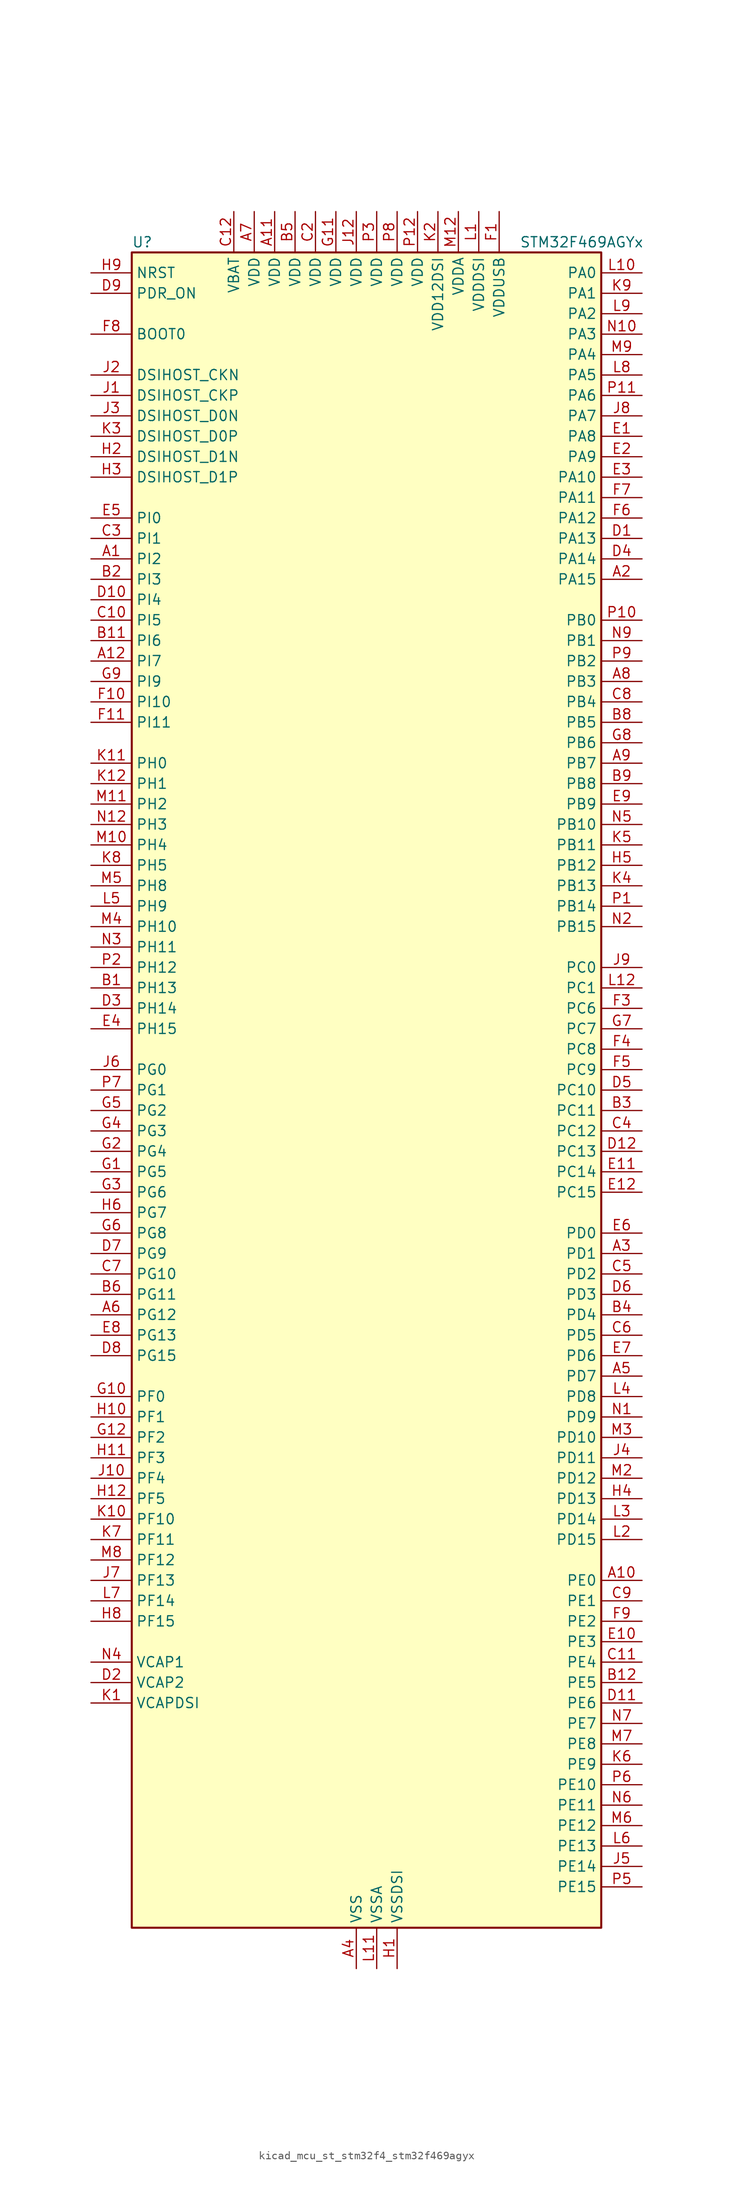
<source format=kicad_sym>
(kicad_symbol_lib
  (version 20220914)
  (generator kicad_symbol_editor)
  (symbol "kicad_mcu_st_stm32f4_stm32f469agyx"
    (property "Reference" "U"
      (at -27.94 105.41 0)
      (effects (font (size 1.27 1.27)) (justify left)))
    (property "Value" "STM32F469AGYx"
      (at 20.32 105.41 0)
      (effects (font (size 1.27 1.27)) (justify left)))
    (property "ki_locked" ""
      (at 0 0 0)
      (effects (font (size 1.27 1.27))))
    (symbol "kicad_mcu_st_stm32f4_stm32f469agyx_0_1"
      (rectangle (start -27.94 -104.14) (end 30.48 104.14) (stroke (width 0.254) (type default)) (fill (type background))))
    (symbol "kicad_mcu_st_stm32f4_stm32f469agyx_1_1"
      (pin bidirectional line (at -33.02 66.04 0) (length 5.08) (name "PI2" (effects (font (size 1.27 1.27)))) (number "A1" (effects (font (size 1.27 1.27)))) (alternate "DCMI_D9" bidirectional line) (alternate "FMC_D26" bidirectional line) (alternate "I2S2_ext_SD" bidirectional line) (alternate "LTDC_G7" bidirectional line) (alternate "SPI2_MISO" bidirectional line) (alternate "TIM8_CH4" bidirectional line))
      (pin bidirectional line (at 35.56 -60.96 180) (length 5.08) (name "PE0" (effects (font (size 1.27 1.27)))) (number "A10" (effects (font (size 1.27 1.27)))) (alternate "DCMI_D2" bidirectional line) (alternate "FMC_NBL0" bidirectional line) (alternate "TIM4_ETR" bidirectional line) (alternate "UART8_RX" bidirectional line))
      (pin power_in line (at -10.16 109.22 270) (length 5.08) (name "VDD" (effects (font (size 1.27 1.27)))) (number "A11" (effects (font (size 1.27 1.27)))))
      (pin bidirectional line (at -33.02 53.34 0) (length 5.08) (name "PI7" (effects (font (size 1.27 1.27)))) (number "A12" (effects (font (size 1.27 1.27)))) (alternate "DCMI_D7" bidirectional line) (alternate "FMC_D29" bidirectional line) (alternate "LTDC_B7" bidirectional line) (alternate "TIM8_CH3" bidirectional line))
      (pin bidirectional line (at 35.56 63.5 180) (length 5.08) (name "PA15" (effects (font (size 1.27 1.27)))) (number "A2" (effects (font (size 1.27 1.27)))) (alternate "ADC1_EXTI15" bidirectional line) (alternate "ADC2_EXTI15" bidirectional line) (alternate "ADC3_EXTI15" bidirectional line) (alternate "I2S3_WS" bidirectional line) (alternate "SPI1_NSS" bidirectional line) (alternate "SPI3_NSS" bidirectional line) (alternate "SYS_JTDI" bidirectional line) (alternate "TIM2_CH1" bidirectional line) (alternate "TIM2_ETR" bidirectional line))
      (pin bidirectional line (at 35.56 -20.32 180) (length 5.08) (name "PD1" (effects (font (size 1.27 1.27)))) (number "A3" (effects (font (size 1.27 1.27)))) (alternate "CAN1_TX" bidirectional line) (alternate "FMC_D3" bidirectional line) (alternate "FMC_DA3" bidirectional line))
      (pin power_in line (at 0 -109.22 90) (length 5.08) (name "VSS" (effects (font (size 1.27 1.27)))) (number "A4" (effects (font (size 1.27 1.27)))))
      (pin bidirectional line (at 35.56 -35.56 180) (length 5.08) (name "PD7" (effects (font (size 1.27 1.27)))) (number "A5" (effects (font (size 1.27 1.27)))) (alternate "FMC_NE1" bidirectional line) (alternate "USART2_CK" bidirectional line))
      (pin bidirectional line (at -33.02 -27.94 0) (length 5.08) (name "PG12" (effects (font (size 1.27 1.27)))) (number "A6" (effects (font (size 1.27 1.27)))) (alternate "FMC_NE4" bidirectional line) (alternate "LTDC_B1" bidirectional line) (alternate "LTDC_B4" bidirectional line) (alternate "SPI6_MISO" bidirectional line) (alternate "USART6_RTS" bidirectional line))
      (pin power_in line (at -12.7 109.22 270) (length 5.08) (name "VDD" (effects (font (size 1.27 1.27)))) (number "A7" (effects (font (size 1.27 1.27)))))
      (pin bidirectional line (at 35.56 50.8 180) (length 5.08) (name "PB3" (effects (font (size 1.27 1.27)))) (number "A8" (effects (font (size 1.27 1.27)))) (alternate "I2S3_CK" bidirectional line) (alternate "SPI1_SCK" bidirectional line) (alternate "SPI3_SCK" bidirectional line) (alternate "SYS_JTDO-SWO" bidirectional line) (alternate "TIM2_CH2" bidirectional line))
      (pin bidirectional line (at 35.56 40.64 180) (length 5.08) (name "PB7" (effects (font (size 1.27 1.27)))) (number "A9" (effects (font (size 1.27 1.27)))) (alternate "DCMI_VSYNC" bidirectional line) (alternate "FMC_NL" bidirectional line) (alternate "I2C1_SDA" bidirectional line) (alternate "TIM4_CH2" bidirectional line) (alternate "USART1_RX" bidirectional line))
      (pin bidirectional line (at -33.02 12.7 0) (length 5.08) (name "PH13" (effects (font (size 1.27 1.27)))) (number "B1" (effects (font (size 1.27 1.27)))) (alternate "CAN1_TX" bidirectional line) (alternate "FMC_D21" bidirectional line) (alternate "LTDC_G2" bidirectional line) (alternate "TIM8_CH1N" bidirectional line))
      (pin passive line (at 0 -109.22 90) (length 5.08) hide (name "VSS" (effects (font (size 1.27 1.27)))) (number "B10" (effects (font (size 1.27 1.27)))))
      (pin bidirectional line (at -33.02 55.88 0) (length 5.08) (name "PI6" (effects (font (size 1.27 1.27)))) (number "B11" (effects (font (size 1.27 1.27)))) (alternate "DCMI_D6" bidirectional line) (alternate "FMC_D28" bidirectional line) (alternate "LTDC_B6" bidirectional line) (alternate "TIM8_CH2" bidirectional line))
      (pin bidirectional line (at 35.56 -73.66 180) (length 5.08) (name "PE5" (effects (font (size 1.27 1.27)))) (number "B12" (effects (font (size 1.27 1.27)))) (alternate "DCMI_D6" bidirectional line) (alternate "FMC_A21" bidirectional line) (alternate "LTDC_G0" bidirectional line) (alternate "SAI1_SCK_A" bidirectional line) (alternate "SPI4_MISO" bidirectional line) (alternate "SYS_TRACED2" bidirectional line) (alternate "TIM9_CH1" bidirectional line))
      (pin bidirectional line (at -33.02 63.5 0) (length 5.08) (name "PI3" (effects (font (size 1.27 1.27)))) (number "B2" (effects (font (size 1.27 1.27)))) (alternate "DCMI_D10" bidirectional line) (alternate "FMC_D27" bidirectional line) (alternate "I2S2_SD" bidirectional line) (alternate "SPI2_MOSI" bidirectional line) (alternate "TIM8_ETR" bidirectional line))
      (pin bidirectional line (at 35.56 -2.54 180) (length 5.08) (name "PC11" (effects (font (size 1.27 1.27)))) (number "B3" (effects (font (size 1.27 1.27)))) (alternate "ADC1_EXTI11" bidirectional line) (alternate "ADC2_EXTI11" bidirectional line) (alternate "ADC3_EXTI11" bidirectional line) (alternate "DCMI_D4" bidirectional line) (alternate "I2S3_ext_SD" bidirectional line) (alternate "QUADSPI_BK2_NCS" bidirectional line) (alternate "SDIO_D3" bidirectional line) (alternate "SPI3_MISO" bidirectional line) (alternate "UART4_RX" bidirectional line) (alternate "USART3_RX" bidirectional line))
      (pin bidirectional line (at 35.56 -27.94 180) (length 5.08) (name "PD4" (effects (font (size 1.27 1.27)))) (number "B4" (effects (font (size 1.27 1.27)))) (alternate "FMC_NOE" bidirectional line) (alternate "USART2_RTS" bidirectional line))
      (pin power_in line (at -7.62 109.22 270) (length 5.08) (name "VDD" (effects (font (size 1.27 1.27)))) (number "B5" (effects (font (size 1.27 1.27)))))
      (pin bidirectional line (at -33.02 -25.4 0) (length 5.08) (name "PG11" (effects (font (size 1.27 1.27)))) (number "B6" (effects (font (size 1.27 1.27)))) (alternate "ADC1_EXTI11" bidirectional line) (alternate "ADC2_EXTI11" bidirectional line) (alternate "ADC3_EXTI11" bidirectional line) (alternate "DCMI_D3" bidirectional line) (alternate "LTDC_B3" bidirectional line))
      (pin passive line (at 0 -109.22 90) (length 5.08) hide (name "VSS" (effects (font (size 1.27 1.27)))) (number "B7" (effects (font (size 1.27 1.27)))))
      (pin bidirectional line (at 35.56 45.72 180) (length 5.08) (name "PB5" (effects (font (size 1.27 1.27)))) (number "B8" (effects (font (size 1.27 1.27)))) (alternate "CAN2_RX" bidirectional line) (alternate "DCMI_D10" bidirectional line) (alternate "FMC_SDCKE1" bidirectional line) (alternate "I2C1_SMBA" bidirectional line) (alternate "I2S3_SD" bidirectional line) (alternate "LTDC_G7" bidirectional line) (alternate "SPI1_MOSI" bidirectional line) (alternate "SPI3_MOSI" bidirectional line) (alternate "TIM3_CH2" bidirectional line) (alternate "USB_OTG_HS_ULPI_D7" bidirectional line))
      (pin bidirectional line (at 35.56 38.1 180) (length 5.08) (name "PB8" (effects (font (size 1.27 1.27)))) (number "B9" (effects (font (size 1.27 1.27)))) (alternate "CAN1_RX" bidirectional line) (alternate "DCMI_D6" bidirectional line) (alternate "I2C1_SCL" bidirectional line) (alternate "LTDC_B6" bidirectional line) (alternate "SDIO_D4" bidirectional line) (alternate "TIM10_CH1" bidirectional line) (alternate "TIM4_CH3" bidirectional line))
      (pin passive line (at 0 -109.22 90) (length 5.08) hide (name "VSS" (effects (font (size 1.27 1.27)))) (number "C1" (effects (font (size 1.27 1.27)))))
      (pin bidirectional line (at -33.02 58.42 0) (length 5.08) (name "PI5" (effects (font (size 1.27 1.27)))) (number "C10" (effects (font (size 1.27 1.27)))) (alternate "DCMI_VSYNC" bidirectional line) (alternate "FMC_NBL3" bidirectional line) (alternate "LTDC_B5" bidirectional line) (alternate "TIM8_CH1" bidirectional line))
      (pin bidirectional line (at 35.56 -71.12 180) (length 5.08) (name "PE4" (effects (font (size 1.27 1.27)))) (number "C11" (effects (font (size 1.27 1.27)))) (alternate "DCMI_D4" bidirectional line) (alternate "FMC_A20" bidirectional line) (alternate "LTDC_B0" bidirectional line) (alternate "SAI1_FS_A" bidirectional line) (alternate "SPI4_NSS" bidirectional line) (alternate "SYS_TRACED1" bidirectional line))
      (pin power_in line (at -15.24 109.22 270) (length 5.08) (name "VBAT" (effects (font (size 1.27 1.27)))) (number "C12" (effects (font (size 1.27 1.27)))))
      (pin power_in line (at -5.08 109.22 270) (length 5.08) (name "VDD" (effects (font (size 1.27 1.27)))) (number "C2" (effects (font (size 1.27 1.27)))))
      (pin bidirectional line (at -33.02 68.58 0) (length 5.08) (name "PI1" (effects (font (size 1.27 1.27)))) (number "C3" (effects (font (size 1.27 1.27)))) (alternate "DCMI_D8" bidirectional line) (alternate "FMC_D25" bidirectional line) (alternate "I2S2_CK" bidirectional line) (alternate "LTDC_G6" bidirectional line) (alternate "SPI2_SCK" bidirectional line))
      (pin bidirectional line (at 35.56 -5.08 180) (length 5.08) (name "PC12" (effects (font (size 1.27 1.27)))) (number "C4" (effects (font (size 1.27 1.27)))) (alternate "DCMI_D9" bidirectional line) (alternate "I2S3_SD" bidirectional line) (alternate "SDIO_CK" bidirectional line) (alternate "SPI3_MOSI" bidirectional line) (alternate "SYS_TRACED3" bidirectional line) (alternate "UART5_TX" bidirectional line) (alternate "USART3_CK" bidirectional line))
      (pin bidirectional line (at 35.56 -22.86 180) (length 5.08) (name "PD2" (effects (font (size 1.27 1.27)))) (number "C5" (effects (font (size 1.27 1.27)))) (alternate "DCMI_D11" bidirectional line) (alternate "SDIO_CMD" bidirectional line) (alternate "SYS_TRACED2" bidirectional line) (alternate "TIM3_ETR" bidirectional line) (alternate "UART5_RX" bidirectional line))
      (pin bidirectional line (at 35.56 -30.48 180) (length 5.08) (name "PD5" (effects (font (size 1.27 1.27)))) (number "C6" (effects (font (size 1.27 1.27)))) (alternate "FMC_NWE" bidirectional line) (alternate "USART2_TX" bidirectional line))
      (pin bidirectional line (at -33.02 -22.86 0) (length 5.08) (name "PG10" (effects (font (size 1.27 1.27)))) (number "C7" (effects (font (size 1.27 1.27)))) (alternate "DCMI_D2" bidirectional line) (alternate "FMC_NE3" bidirectional line) (alternate "LTDC_B2" bidirectional line) (alternate "LTDC_G3" bidirectional line))
      (pin bidirectional line (at 35.56 48.26 180) (length 5.08) (name "PB4" (effects (font (size 1.27 1.27)))) (number "C8" (effects (font (size 1.27 1.27)))) (alternate "I2S3_ext_SD" bidirectional line) (alternate "SPI1_MISO" bidirectional line) (alternate "SPI3_MISO" bidirectional line) (alternate "SYS_JTRST" bidirectional line) (alternate "TIM3_CH1" bidirectional line))
      (pin bidirectional line (at 35.56 -63.5 180) (length 5.08) (name "PE1" (effects (font (size 1.27 1.27)))) (number "C9" (effects (font (size 1.27 1.27)))) (alternate "DCMI_D3" bidirectional line) (alternate "FMC_NBL1" bidirectional line) (alternate "UART8_TX" bidirectional line))
      (pin bidirectional line (at 35.56 68.58 180) (length 5.08) (name "PA13" (effects (font (size 1.27 1.27)))) (number "D1" (effects (font (size 1.27 1.27)))) (alternate "SYS_JTMS-SWDIO" bidirectional line))
      (pin bidirectional line (at -33.02 60.96 0) (length 5.08) (name "PI4" (effects (font (size 1.27 1.27)))) (number "D10" (effects (font (size 1.27 1.27)))) (alternate "DCMI_D5" bidirectional line) (alternate "FMC_NBL2" bidirectional line) (alternate "LTDC_B4" bidirectional line) (alternate "TIM8_BKIN" bidirectional line))
      (pin bidirectional line (at 35.56 -76.2 180) (length 5.08) (name "PE6" (effects (font (size 1.27 1.27)))) (number "D11" (effects (font (size 1.27 1.27)))) (alternate "DCMI_D7" bidirectional line) (alternate "FMC_A22" bidirectional line) (alternate "LTDC_G1" bidirectional line) (alternate "SAI1_SD_A" bidirectional line) (alternate "SPI4_MOSI" bidirectional line) (alternate "SYS_TRACED3" bidirectional line) (alternate "TIM9_CH2" bidirectional line))
      (pin bidirectional line (at 35.56 -7.62 180) (length 5.08) (name "PC13" (effects (font (size 1.27 1.27)))) (number "D12" (effects (font (size 1.27 1.27)))) (alternate "RTC_AF1" bidirectional line))
      (pin power_out line (at -33.02 -73.66 0) (length 5.08) (name "VCAP2" (effects (font (size 1.27 1.27)))) (number "D2" (effects (font (size 1.27 1.27)))))
      (pin bidirectional line (at -33.02 10.16 0) (length 5.08) (name "PH14" (effects (font (size 1.27 1.27)))) (number "D3" (effects (font (size 1.27 1.27)))) (alternate "DCMI_D4" bidirectional line) (alternate "FMC_D22" bidirectional line) (alternate "LTDC_G3" bidirectional line) (alternate "TIM8_CH2N" bidirectional line))
      (pin bidirectional line (at 35.56 66.04 180) (length 5.08) (name "PA14" (effects (font (size 1.27 1.27)))) (number "D4" (effects (font (size 1.27 1.27)))) (alternate "SYS_JTCK-SWCLK" bidirectional line))
      (pin bidirectional line (at 35.56 0 180) (length 5.08) (name "PC10" (effects (font (size 1.27 1.27)))) (number "D5" (effects (font (size 1.27 1.27)))) (alternate "DCMI_D8" bidirectional line) (alternate "I2S3_CK" bidirectional line) (alternate "LTDC_R2" bidirectional line) (alternate "QUADSPI_BK1_IO1" bidirectional line) (alternate "SDIO_D2" bidirectional line) (alternate "SPI3_SCK" bidirectional line) (alternate "UART4_TX" bidirectional line) (alternate "USART3_TX" bidirectional line))
      (pin bidirectional line (at 35.56 -25.4 180) (length 5.08) (name "PD3" (effects (font (size 1.27 1.27)))) (number "D6" (effects (font (size 1.27 1.27)))) (alternate "DCMI_D5" bidirectional line) (alternate "FMC_CLK" bidirectional line) (alternate "I2S2_CK" bidirectional line) (alternate "LTDC_G7" bidirectional line) (alternate "SPI2_SCK" bidirectional line) (alternate "USART2_CTS" bidirectional line))
      (pin bidirectional line (at -33.02 -20.32 0) (length 5.08) (name "PG9" (effects (font (size 1.27 1.27)))) (number "D7" (effects (font (size 1.27 1.27)))) (alternate "DAC_EXTI9" bidirectional line) (alternate "DCMI_VSYNC" bidirectional line) (alternate "FMC_NCE" bidirectional line) (alternate "FMC_NE2" bidirectional line) (alternate "QUADSPI_BK2_IO2" bidirectional line) (alternate "USART6_RX" bidirectional line))
      (pin bidirectional line (at -33.02 -33.02 0) (length 5.08) (name "PG15" (effects (font (size 1.27 1.27)))) (number "D8" (effects (font (size 1.27 1.27)))) (alternate "ADC1_EXTI15" bidirectional line) (alternate "ADC2_EXTI15" bidirectional line) (alternate "ADC3_EXTI15" bidirectional line) (alternate "DCMI_D13" bidirectional line) (alternate "FMC_SDNCAS" bidirectional line) (alternate "USART6_CTS" bidirectional line))
      (pin input line (at -33.02 99.06 0) (length 5.08) (name "PDR_ON" (effects (font (size 1.27 1.27)))) (number "D9" (effects (font (size 1.27 1.27)))))
      (pin bidirectional line (at 35.56 81.28 180) (length 5.08) (name "PA8" (effects (font (size 1.27 1.27)))) (number "E1" (effects (font (size 1.27 1.27)))) (alternate "I2C3_SCL" bidirectional line) (alternate "LTDC_R6" bidirectional line) (alternate "RCC_MCO_1" bidirectional line) (alternate "TIM1_CH1" bidirectional line) (alternate "USART1_CK" bidirectional line) (alternate "USB_OTG_FS_SOF" bidirectional line))
      (pin bidirectional line (at 35.56 -68.58 180) (length 5.08) (name "PE3" (effects (font (size 1.27 1.27)))) (number "E10" (effects (font (size 1.27 1.27)))) (alternate "FMC_A19" bidirectional line) (alternate "SAI1_SD_B" bidirectional line) (alternate "SYS_TRACED0" bidirectional line))
      (pin bidirectional line (at 35.56 -10.16 180) (length 5.08) (name "PC14" (effects (font (size 1.27 1.27)))) (number "E11" (effects (font (size 1.27 1.27)))) (alternate "RCC_OSC32_IN" bidirectional line))
      (pin bidirectional line (at 35.56 -12.7 180) (length 5.08) (name "PC15" (effects (font (size 1.27 1.27)))) (number "E12" (effects (font (size 1.27 1.27)))) (alternate "ADC1_EXTI15" bidirectional line) (alternate "ADC2_EXTI15" bidirectional line) (alternate "ADC3_EXTI15" bidirectional line) (alternate "RCC_OSC32_OUT" bidirectional line))
      (pin bidirectional line (at 35.56 78.74 180) (length 5.08) (name "PA9" (effects (font (size 1.27 1.27)))) (number "E2" (effects (font (size 1.27 1.27)))) (alternate "DAC_EXTI9" bidirectional line) (alternate "DCMI_D0" bidirectional line) (alternate "I2C3_SMBA" bidirectional line) (alternate "I2S2_CK" bidirectional line) (alternate "SPI2_SCK" bidirectional line) (alternate "TIM1_CH2" bidirectional line) (alternate "USART1_TX" bidirectional line) (alternate "USB_OTG_FS_VBUS" bidirectional line))
      (pin bidirectional line (at 35.56 76.2 180) (length 5.08) (name "PA10" (effects (font (size 1.27 1.27)))) (number "E3" (effects (font (size 1.27 1.27)))) (alternate "DCMI_D1" bidirectional line) (alternate "TIM1_CH3" bidirectional line) (alternate "USART1_RX" bidirectional line) (alternate "USB_OTG_FS_ID" bidirectional line))
      (pin bidirectional line (at -33.02 7.62 0) (length 5.08) (name "PH15" (effects (font (size 1.27 1.27)))) (number "E4" (effects (font (size 1.27 1.27)))) (alternate "ADC1_EXTI15" bidirectional line) (alternate "ADC2_EXTI15" bidirectional line) (alternate "ADC3_EXTI15" bidirectional line) (alternate "DCMI_D11" bidirectional line) (alternate "FMC_D23" bidirectional line) (alternate "LTDC_G4" bidirectional line) (alternate "TIM8_CH3N" bidirectional line))
      (pin bidirectional line (at -33.02 71.12 0) (length 5.08) (name "PI0" (effects (font (size 1.27 1.27)))) (number "E5" (effects (font (size 1.27 1.27)))) (alternate "DCMI_D13" bidirectional line) (alternate "FMC_D24" bidirectional line) (alternate "I2S2_WS" bidirectional line) (alternate "LTDC_G5" bidirectional line) (alternate "SPI2_NSS" bidirectional line) (alternate "TIM5_CH4" bidirectional line))
      (pin bidirectional line (at 35.56 -17.78 180) (length 5.08) (name "PD0" (effects (font (size 1.27 1.27)))) (number "E6" (effects (font (size 1.27 1.27)))) (alternate "CAN1_RX" bidirectional line) (alternate "FMC_D2" bidirectional line) (alternate "FMC_DA2" bidirectional line))
      (pin bidirectional line (at 35.56 -33.02 180) (length 5.08) (name "PD6" (effects (font (size 1.27 1.27)))) (number "E7" (effects (font (size 1.27 1.27)))) (alternate "DCMI_D10" bidirectional line) (alternate "FMC_NWAIT" bidirectional line) (alternate "I2S3_SD" bidirectional line) (alternate "LTDC_B2" bidirectional line) (alternate "SAI1_SD_A" bidirectional line) (alternate "SPI3_MOSI" bidirectional line) (alternate "USART2_RX" bidirectional line))
      (pin bidirectional line (at -33.02 -30.48 0) (length 5.08) (name "PG13" (effects (font (size 1.27 1.27)))) (number "E8" (effects (font (size 1.27 1.27)))) (alternate "FMC_A24" bidirectional line) (alternate "LTDC_R0" bidirectional line) (alternate "SPI6_SCK" bidirectional line) (alternate "SYS_TRACED0" bidirectional line) (alternate "USART6_CTS" bidirectional line))
      (pin bidirectional line (at 35.56 35.56 180) (length 5.08) (name "PB9" (effects (font (size 1.27 1.27)))) (number "E9" (effects (font (size 1.27 1.27)))) (alternate "CAN1_TX" bidirectional line) (alternate "DAC_EXTI9" bidirectional line) (alternate "DCMI_D7" bidirectional line) (alternate "I2C1_SDA" bidirectional line) (alternate "I2S2_WS" bidirectional line) (alternate "LTDC_B7" bidirectional line) (alternate "SDIO_D5" bidirectional line) (alternate "SPI2_NSS" bidirectional line) (alternate "TIM11_CH1" bidirectional line) (alternate "TIM4_CH4" bidirectional line))
      (pin power_in line (at 17.78 109.22 270) (length 5.08) (name "VDDUSB" (effects (font (size 1.27 1.27)))) (number "F1" (effects (font (size 1.27 1.27)))))
      (pin bidirectional line (at -33.02 48.26 0) (length 5.08) (name "PI10" (effects (font (size 1.27 1.27)))) (number "F10" (effects (font (size 1.27 1.27)))) (alternate "FMC_D31" bidirectional line) (alternate "LTDC_HSYNC" bidirectional line))
      (pin bidirectional line (at -33.02 45.72 0) (length 5.08) (name "PI11" (effects (font (size 1.27 1.27)))) (number "F11" (effects (font (size 1.27 1.27)))) (alternate "ADC1_EXTI11" bidirectional line) (alternate "ADC2_EXTI11" bidirectional line) (alternate "ADC3_EXTI11" bidirectional line) (alternate "LTDC_G6" bidirectional line) (alternate "USB_OTG_HS_ULPI_DIR" bidirectional line))
      (pin passive line (at 0 -109.22 90) (length 5.08) hide (name "VSS" (effects (font (size 1.27 1.27)))) (number "F12" (effects (font (size 1.27 1.27)))))
      (pin passive line (at 0 -109.22 90) (length 5.08) hide (name "VSS" (effects (font (size 1.27 1.27)))) (number "F2" (effects (font (size 1.27 1.27)))))
      (pin bidirectional line (at 35.56 10.16 180) (length 5.08) (name "PC6" (effects (font (size 1.27 1.27)))) (number "F3" (effects (font (size 1.27 1.27)))) (alternate "DCMI_D0" bidirectional line) (alternate "I2S2_MCK" bidirectional line) (alternate "LTDC_HSYNC" bidirectional line) (alternate "SDIO_D6" bidirectional line) (alternate "TIM3_CH1" bidirectional line) (alternate "TIM8_CH1" bidirectional line) (alternate "USART6_TX" bidirectional line))
      (pin bidirectional line (at 35.56 5.08 180) (length 5.08) (name "PC8" (effects (font (size 1.27 1.27)))) (number "F4" (effects (font (size 1.27 1.27)))) (alternate "DCMI_D2" bidirectional line) (alternate "SDIO_D0" bidirectional line) (alternate "SYS_TRACED1" bidirectional line) (alternate "TIM3_CH3" bidirectional line) (alternate "TIM8_CH3" bidirectional line) (alternate "USART6_CK" bidirectional line))
      (pin bidirectional line (at 35.56 2.54 180) (length 5.08) (name "PC9" (effects (font (size 1.27 1.27)))) (number "F5" (effects (font (size 1.27 1.27)))) (alternate "DAC_EXTI9" bidirectional line) (alternate "DCMI_D3" bidirectional line) (alternate "I2C3_SDA" bidirectional line) (alternate "I2S_CKIN" bidirectional line) (alternate "QUADSPI_BK1_IO0" bidirectional line) (alternate "RCC_MCO_2" bidirectional line) (alternate "SDIO_D1" bidirectional line) (alternate "TIM3_CH4" bidirectional line) (alternate "TIM8_CH4" bidirectional line))
      (pin bidirectional line (at 35.56 71.12 180) (length 5.08) (name "PA12" (effects (font (size 1.27 1.27)))) (number "F6" (effects (font (size 1.27 1.27)))) (alternate "CAN1_TX" bidirectional line) (alternate "LTDC_R5" bidirectional line) (alternate "TIM1_ETR" bidirectional line) (alternate "USART1_RTS" bidirectional line) (alternate "USB_OTG_FS_DP" bidirectional line))
      (pin bidirectional line (at 35.56 73.66 180) (length 5.08) (name "PA11" (effects (font (size 1.27 1.27)))) (number "F7" (effects (font (size 1.27 1.27)))) (alternate "ADC1_EXTI11" bidirectional line) (alternate "ADC2_EXTI11" bidirectional line) (alternate "ADC3_EXTI11" bidirectional line) (alternate "CAN1_RX" bidirectional line) (alternate "LTDC_R4" bidirectional line) (alternate "TIM1_CH4" bidirectional line) (alternate "USART1_CTS" bidirectional line) (alternate "USB_OTG_FS_DM" bidirectional line))
      (pin input line (at -33.02 93.98 0) (length 5.08) (name "BOOT0" (effects (font (size 1.27 1.27)))) (number "F8" (effects (font (size 1.27 1.27)))))
      (pin bidirectional line (at 35.56 -66.04 180) (length 5.08) (name "PE2" (effects (font (size 1.27 1.27)))) (number "F9" (effects (font (size 1.27 1.27)))) (alternate "FMC_A23" bidirectional line) (alternate "QUADSPI_BK1_IO2" bidirectional line) (alternate "SAI1_MCLK_A" bidirectional line) (alternate "SPI4_SCK" bidirectional line) (alternate "SYS_TRACECLK" bidirectional line))
      (pin bidirectional line (at -33.02 -10.16 0) (length 5.08) (name "PG5" (effects (font (size 1.27 1.27)))) (number "G1" (effects (font (size 1.27 1.27)))) (alternate "FMC_A15" bidirectional line) (alternate "FMC_BA1" bidirectional line))
      (pin bidirectional line (at -33.02 -38.1 0) (length 5.08) (name "PF0" (effects (font (size 1.27 1.27)))) (number "G10" (effects (font (size 1.27 1.27)))) (alternate "FMC_A0" bidirectional line) (alternate "I2C2_SDA" bidirectional line))
      (pin power_in line (at -2.54 109.22 270) (length 5.08) (name "VDD" (effects (font (size 1.27 1.27)))) (number "G11" (effects (font (size 1.27 1.27)))))
      (pin bidirectional line (at -33.02 -43.18 0) (length 5.08) (name "PF2" (effects (font (size 1.27 1.27)))) (number "G12" (effects (font (size 1.27 1.27)))) (alternate "FMC_A2" bidirectional line) (alternate "I2C2_SMBA" bidirectional line))
      (pin bidirectional line (at -33.02 -7.62 0) (length 5.08) (name "PG4" (effects (font (size 1.27 1.27)))) (number "G2" (effects (font (size 1.27 1.27)))) (alternate "FMC_A14" bidirectional line) (alternate "FMC_BA0" bidirectional line))
      (pin bidirectional line (at -33.02 -12.7 0) (length 5.08) (name "PG6" (effects (font (size 1.27 1.27)))) (number "G3" (effects (font (size 1.27 1.27)))) (alternate "DCMI_D12" bidirectional line) (alternate "LTDC_R7" bidirectional line))
      (pin bidirectional line (at -33.02 -5.08 0) (length 5.08) (name "PG3" (effects (font (size 1.27 1.27)))) (number "G4" (effects (font (size 1.27 1.27)))) (alternate "FMC_A13" bidirectional line))
      (pin bidirectional line (at -33.02 -2.54 0) (length 5.08) (name "PG2" (effects (font (size 1.27 1.27)))) (number "G5" (effects (font (size 1.27 1.27)))) (alternate "FMC_A12" bidirectional line))
      (pin bidirectional line (at -33.02 -17.78 0) (length 5.08) (name "PG8" (effects (font (size 1.27 1.27)))) (number "G6" (effects (font (size 1.27 1.27)))) (alternate "FMC_SDCLK" bidirectional line) (alternate "LTDC_G7" bidirectional line) (alternate "SPI6_NSS" bidirectional line) (alternate "USART6_RTS" bidirectional line))
      (pin bidirectional line (at 35.56 7.62 180) (length 5.08) (name "PC7" (effects (font (size 1.27 1.27)))) (number "G7" (effects (font (size 1.27 1.27)))) (alternate "DCMI_D1" bidirectional line) (alternate "I2S3_MCK" bidirectional line) (alternate "LTDC_G6" bidirectional line) (alternate "SDIO_D7" bidirectional line) (alternate "TIM3_CH2" bidirectional line) (alternate "TIM8_CH2" bidirectional line) (alternate "USART6_RX" bidirectional line))
      (pin bidirectional line (at 35.56 43.18 180) (length 5.08) (name "PB6" (effects (font (size 1.27 1.27)))) (number "G8" (effects (font (size 1.27 1.27)))) (alternate "CAN2_TX" bidirectional line) (alternate "DCMI_D5" bidirectional line) (alternate "FMC_SDNE1" bidirectional line) (alternate "I2C1_SCL" bidirectional line) (alternate "QUADSPI_BK1_NCS" bidirectional line) (alternate "TIM4_CH1" bidirectional line) (alternate "USART1_TX" bidirectional line))
      (pin bidirectional line (at -33.02 50.8 0) (length 5.08) (name "PI9" (effects (font (size 1.27 1.27)))) (number "G9" (effects (font (size 1.27 1.27)))) (alternate "CAN1_RX" bidirectional line) (alternate "DAC_EXTI9" bidirectional line) (alternate "FMC_D30" bidirectional line) (alternate "LTDC_VSYNC" bidirectional line))
      (pin power_in line (at 5.08 -109.22 90) (length 5.08) (name "VSSDSI" (effects (font (size 1.27 1.27)))) (number "H1" (effects (font (size 1.27 1.27)))))
      (pin bidirectional line (at -33.02 -40.64 0) (length 5.08) (name "PF1" (effects (font (size 1.27 1.27)))) (number "H10" (effects (font (size 1.27 1.27)))) (alternate "FMC_A1" bidirectional line) (alternate "I2C2_SCL" bidirectional line))
      (pin bidirectional line (at -33.02 -45.72 0) (length 5.08) (name "PF3" (effects (font (size 1.27 1.27)))) (number "H11" (effects (font (size 1.27 1.27)))) (alternate "ADC3_IN9" bidirectional line) (alternate "FMC_A3" bidirectional line))
      (pin bidirectional line (at -33.02 -50.8 0) (length 5.08) (name "PF5" (effects (font (size 1.27 1.27)))) (number "H12" (effects (font (size 1.27 1.27)))) (alternate "ADC3_IN15" bidirectional line) (alternate "FMC_A5" bidirectional line))
      (pin bidirectional line (at -33.02 78.74 0) (length 5.08) (name "DSIHOST_D1N" (effects (font (size 1.27 1.27)))) (number "H2" (effects (font (size 1.27 1.27)))) (alternate "DSIHOST_D1N" bidirectional line))
      (pin bidirectional line (at -33.02 76.2 0) (length 5.08) (name "DSIHOST_D1P" (effects (font (size 1.27 1.27)))) (number "H3" (effects (font (size 1.27 1.27)))) (alternate "DSIHOST_D1P" bidirectional line))
      (pin bidirectional line (at 35.56 -50.8 180) (length 5.08) (name "PD13" (effects (font (size 1.27 1.27)))) (number "H4" (effects (font (size 1.27 1.27)))) (alternate "FMC_A18" bidirectional line) (alternate "QUADSPI_BK1_IO3" bidirectional line) (alternate "TIM4_CH2" bidirectional line))
      (pin bidirectional line (at 35.56 27.94 180) (length 5.08) (name "PB12" (effects (font (size 1.27 1.27)))) (number "H5" (effects (font (size 1.27 1.27)))) (alternate "CAN2_RX" bidirectional line) (alternate "I2C2_SMBA" bidirectional line) (alternate "I2S2_WS" bidirectional line) (alternate "SPI2_NSS" bidirectional line) (alternate "TIM1_BKIN" bidirectional line) (alternate "USART3_CK" bidirectional line) (alternate "USB_OTG_HS_ID" bidirectional line) (alternate "USB_OTG_HS_ULPI_D5" bidirectional line))
      (pin bidirectional line (at -33.02 -15.24 0) (length 5.08) (name "PG7" (effects (font (size 1.27 1.27)))) (number "H6" (effects (font (size 1.27 1.27)))) (alternate "DCMI_D13" bidirectional line) (alternate "FMC_INT" bidirectional line) (alternate "LTDC_CLK" bidirectional line) (alternate "SAI1_MCLK_A" bidirectional line) (alternate "USART6_CK" bidirectional line))
      (pin passive line (at 0 -109.22 90) (length 5.08) hide (name "VSS" (effects (font (size 1.27 1.27)))) (number "H7" (effects (font (size 1.27 1.27)))))
      (pin bidirectional line (at -33.02 -66.04 0) (length 5.08) (name "PF15" (effects (font (size 1.27 1.27)))) (number "H8" (effects (font (size 1.27 1.27)))) (alternate "ADC1_EXTI15" bidirectional line) (alternate "ADC2_EXTI15" bidirectional line) (alternate "ADC3_EXTI15" bidirectional line) (alternate "FMC_A9" bidirectional line))
      (pin input line (at -33.02 101.6 0) (length 5.08) (name "NRST" (effects (font (size 1.27 1.27)))) (number "H9" (effects (font (size 1.27 1.27)))))
      (pin bidirectional line (at -33.02 86.36 0) (length 5.08) (name "DSIHOST_CKP" (effects (font (size 1.27 1.27)))) (number "J1" (effects (font (size 1.27 1.27)))) (alternate "DSIHOST_CKP" bidirectional line))
      (pin bidirectional line (at -33.02 -48.26 0) (length 5.08) (name "PF4" (effects (font (size 1.27 1.27)))) (number "J10" (effects (font (size 1.27 1.27)))) (alternate "ADC3_IN14" bidirectional line) (alternate "FMC_A4" bidirectional line))
      (pin passive line (at 0 -109.22 90) (length 5.08) hide (name "VSS" (effects (font (size 1.27 1.27)))) (number "J11" (effects (font (size 1.27 1.27)))))
      (pin power_in line (at 0 109.22 270) (length 5.08) (name "VDD" (effects (font (size 1.27 1.27)))) (number "J12" (effects (font (size 1.27 1.27)))))
      (pin bidirectional line (at -33.02 88.9 0) (length 5.08) (name "DSIHOST_CKN" (effects (font (size 1.27 1.27)))) (number "J2" (effects (font (size 1.27 1.27)))) (alternate "DSIHOST_CKN" bidirectional line))
      (pin bidirectional line (at -33.02 83.82 0) (length 5.08) (name "DSIHOST_D0N" (effects (font (size 1.27 1.27)))) (number "J3" (effects (font (size 1.27 1.27)))) (alternate "DSIHOST_D0N" bidirectional line))
      (pin bidirectional line (at 35.56 -45.72 180) (length 5.08) (name "PD11" (effects (font (size 1.27 1.27)))) (number "J4" (effects (font (size 1.27 1.27)))) (alternate "ADC1_EXTI11" bidirectional line) (alternate "ADC2_EXTI11" bidirectional line) (alternate "ADC3_EXTI11" bidirectional line) (alternate "FMC_A16" bidirectional line) (alternate "FMC_CLE" bidirectional line) (alternate "QUADSPI_BK1_IO0" bidirectional line) (alternate "USART3_CTS" bidirectional line))
      (pin bidirectional line (at 35.56 -96.52 180) (length 5.08) (name "PE14" (effects (font (size 1.27 1.27)))) (number "J5" (effects (font (size 1.27 1.27)))) (alternate "FMC_D11" bidirectional line) (alternate "FMC_DA11" bidirectional line) (alternate "LTDC_CLK" bidirectional line) (alternate "SPI4_MOSI" bidirectional line) (alternate "TIM1_CH4" bidirectional line))
      (pin bidirectional line (at -33.02 2.54 0) (length 5.08) (name "PG0" (effects (font (size 1.27 1.27)))) (number "J6" (effects (font (size 1.27 1.27)))) (alternate "FMC_A10" bidirectional line))
      (pin bidirectional line (at -33.02 -60.96 0) (length 5.08) (name "PF13" (effects (font (size 1.27 1.27)))) (number "J7" (effects (font (size 1.27 1.27)))) (alternate "FMC_A7" bidirectional line))
      (pin bidirectional line (at 35.56 83.82 180) (length 5.08) (name "PA7" (effects (font (size 1.27 1.27)))) (number "J8" (effects (font (size 1.27 1.27)))) (alternate "ADC1_IN7" bidirectional line) (alternate "ADC2_IN7" bidirectional line) (alternate "FMC_SDNWE" bidirectional line) (alternate "QUADSPI_CLK" bidirectional line) (alternate "SPI1_MOSI" bidirectional line) (alternate "TIM14_CH1" bidirectional line) (alternate "TIM1_CH1N" bidirectional line) (alternate "TIM3_CH2" bidirectional line) (alternate "TIM8_CH1N" bidirectional line))
      (pin bidirectional line (at 35.56 15.24 180) (length 5.08) (name "PC0" (effects (font (size 1.27 1.27)))) (number "J9" (effects (font (size 1.27 1.27)))) (alternate "ADC1_IN10" bidirectional line) (alternate "ADC2_IN10" bidirectional line) (alternate "ADC3_IN10" bidirectional line) (alternate "FMC_SDNWE" bidirectional line) (alternate "LTDC_R5" bidirectional line) (alternate "USB_OTG_HS_ULPI_STP" bidirectional line))
      (pin power_out line (at -33.02 -76.2 0) (length 5.08) (name "VCAPDSI" (effects (font (size 1.27 1.27)))) (number "K1" (effects (font (size 1.27 1.27)))))
      (pin bidirectional line (at -33.02 -53.34 0) (length 5.08) (name "PF10" (effects (font (size 1.27 1.27)))) (number "K10" (effects (font (size 1.27 1.27)))) (alternate "ADC3_IN8" bidirectional line) (alternate "DCMI_D11" bidirectional line) (alternate "LTDC_DE" bidirectional line) (alternate "QUADSPI_CLK" bidirectional line))
      (pin bidirectional line (at -33.02 40.64 0) (length 5.08) (name "PH0" (effects (font (size 1.27 1.27)))) (number "K11" (effects (font (size 1.27 1.27)))) (alternate "RCC_OSC_IN" bidirectional line))
      (pin bidirectional line (at -33.02 38.1 0) (length 5.08) (name "PH1" (effects (font (size 1.27 1.27)))) (number "K12" (effects (font (size 1.27 1.27)))) (alternate "RCC_OSC_OUT" bidirectional line))
      (pin power_in line (at 10.16 109.22 270) (length 5.08) (name "VDD12DSI" (effects (font (size 1.27 1.27)))) (number "K2" (effects (font (size 1.27 1.27)))))
      (pin bidirectional line (at -33.02 81.28 0) (length 5.08) (name "DSIHOST_D0P" (effects (font (size 1.27 1.27)))) (number "K3" (effects (font (size 1.27 1.27)))) (alternate "DSIHOST_D0P" bidirectional line))
      (pin bidirectional line (at 35.56 25.4 180) (length 5.08) (name "PB13" (effects (font (size 1.27 1.27)))) (number "K4" (effects (font (size 1.27 1.27)))) (alternate "CAN2_TX" bidirectional line) (alternate "I2S2_CK" bidirectional line) (alternate "SPI2_SCK" bidirectional line) (alternate "TIM1_CH1N" bidirectional line) (alternate "USART3_CTS" bidirectional line) (alternate "USB_OTG_HS_ULPI_D6" bidirectional line) (alternate "USB_OTG_HS_VBUS" bidirectional line))
      (pin bidirectional line (at 35.56 30.48 180) (length 5.08) (name "PB11" (effects (font (size 1.27 1.27)))) (number "K5" (effects (font (size 1.27 1.27)))) (alternate "ADC1_EXTI11" bidirectional line) (alternate "ADC2_EXTI11" bidirectional line) (alternate "ADC3_EXTI11" bidirectional line) (alternate "DSIHOST_TE" bidirectional line) (alternate "I2C2_SDA" bidirectional line) (alternate "LTDC_G5" bidirectional line) (alternate "TIM2_CH4" bidirectional line) (alternate "USART3_RX" bidirectional line) (alternate "USB_OTG_HS_ULPI_D4" bidirectional line))
      (pin bidirectional line (at 35.56 -83.82 180) (length 5.08) (name "PE9" (effects (font (size 1.27 1.27)))) (number "K6" (effects (font (size 1.27 1.27)))) (alternate "DAC_EXTI9" bidirectional line) (alternate "FMC_D6" bidirectional line) (alternate "FMC_DA6" bidirectional line) (alternate "QUADSPI_BK2_IO2" bidirectional line) (alternate "TIM1_CH1" bidirectional line))
      (pin bidirectional line (at -33.02 -55.88 0) (length 5.08) (name "PF11" (effects (font (size 1.27 1.27)))) (number "K7" (effects (font (size 1.27 1.27)))) (alternate "ADC1_EXTI11" bidirectional line) (alternate "ADC2_EXTI11" bidirectional line) (alternate "ADC3_EXTI11" bidirectional line) (alternate "DCMI_D12" bidirectional line) (alternate "FMC_SDNRAS" bidirectional line))
      (pin bidirectional line (at -33.02 27.94 0) (length 5.08) (name "PH5" (effects (font (size 1.27 1.27)))) (number "K8" (effects (font (size 1.27 1.27)))) (alternate "FMC_SDNWE" bidirectional line) (alternate "I2C2_SDA" bidirectional line))
      (pin bidirectional line (at 35.56 99.06 180) (length 5.08) (name "PA1" (effects (font (size 1.27 1.27)))) (number "K9" (effects (font (size 1.27 1.27)))) (alternate "ADC1_IN1" bidirectional line) (alternate "ADC2_IN1" bidirectional line) (alternate "ADC3_IN1" bidirectional line) (alternate "LTDC_R2" bidirectional line) (alternate "QUADSPI_BK1_IO3" bidirectional line) (alternate "TIM2_CH2" bidirectional line) (alternate "TIM5_CH2" bidirectional line) (alternate "UART4_RX" bidirectional line) (alternate "USART2_RTS" bidirectional line))
      (pin power_in line (at 15.24 109.22 270) (length 5.08) (name "VDDDSI" (effects (font (size 1.27 1.27)))) (number "L1" (effects (font (size 1.27 1.27)))))
      (pin bidirectional line (at 35.56 101.6 180) (length 5.08) (name "PA0" (effects (font (size 1.27 1.27)))) (number "L10" (effects (font (size 1.27 1.27)))) (alternate "ADC1_IN0" bidirectional line) (alternate "ADC2_IN0" bidirectional line) (alternate "ADC3_IN0" bidirectional line) (alternate "SYS_WKUP" bidirectional line) (alternate "TIM2_CH1" bidirectional line) (alternate "TIM2_ETR" bidirectional line) (alternate "TIM5_CH1" bidirectional line) (alternate "TIM8_ETR" bidirectional line) (alternate "UART4_TX" bidirectional line) (alternate "USART2_CTS" bidirectional line))
      (pin power_in line (at 2.54 -109.22 90) (length 5.08) (name "VSSA" (effects (font (size 1.27 1.27)))) (number "L11" (effects (font (size 1.27 1.27)))))
      (pin bidirectional line (at 35.56 12.7 180) (length 5.08) (name "PC1" (effects (font (size 1.27 1.27)))) (number "L12" (effects (font (size 1.27 1.27)))) (alternate "ADC1_IN11" bidirectional line) (alternate "ADC2_IN11" bidirectional line) (alternate "ADC3_IN11" bidirectional line) (alternate "I2S2_SD" bidirectional line) (alternate "SAI1_SD_A" bidirectional line) (alternate "SPI2_MOSI" bidirectional line) (alternate "SYS_TRACED0" bidirectional line))
      (pin bidirectional line (at 35.56 -55.88 180) (length 5.08) (name "PD15" (effects (font (size 1.27 1.27)))) (number "L2" (effects (font (size 1.27 1.27)))) (alternate "ADC1_EXTI15" bidirectional line) (alternate "ADC2_EXTI15" bidirectional line) (alternate "ADC3_EXTI15" bidirectional line) (alternate "FMC_D1" bidirectional line) (alternate "FMC_DA1" bidirectional line) (alternate "TIM4_CH4" bidirectional line))
      (pin bidirectional line (at 35.56 -53.34 180) (length 5.08) (name "PD14" (effects (font (size 1.27 1.27)))) (number "L3" (effects (font (size 1.27 1.27)))) (alternate "FMC_D0" bidirectional line) (alternate "FMC_DA0" bidirectional line) (alternate "TIM4_CH3" bidirectional line))
      (pin bidirectional line (at 35.56 -38.1 180) (length 5.08) (name "PD8" (effects (font (size 1.27 1.27)))) (number "L4" (effects (font (size 1.27 1.27)))) (alternate "FMC_D13" bidirectional line) (alternate "FMC_DA13" bidirectional line) (alternate "USART3_TX" bidirectional line))
      (pin bidirectional line (at -33.02 22.86 0) (length 5.08) (name "PH9" (effects (font (size 1.27 1.27)))) (number "L5" (effects (font (size 1.27 1.27)))) (alternate "DAC_EXTI9" bidirectional line) (alternate "DCMI_D0" bidirectional line) (alternate "FMC_D17" bidirectional line) (alternate "I2C3_SMBA" bidirectional line) (alternate "LTDC_R3" bidirectional line) (alternate "TIM12_CH2" bidirectional line))
      (pin bidirectional line (at 35.56 -93.98 180) (length 5.08) (name "PE13" (effects (font (size 1.27 1.27)))) (number "L6" (effects (font (size 1.27 1.27)))) (alternate "FMC_D10" bidirectional line) (alternate "FMC_DA10" bidirectional line) (alternate "LTDC_DE" bidirectional line) (alternate "SPI4_MISO" bidirectional line) (alternate "TIM1_CH3" bidirectional line))
      (pin bidirectional line (at -33.02 -63.5 0) (length 5.08) (name "PF14" (effects (font (size 1.27 1.27)))) (number "L7" (effects (font (size 1.27 1.27)))) (alternate "FMC_A8" bidirectional line))
      (pin bidirectional line (at 35.56 88.9 180) (length 5.08) (name "PA5" (effects (font (size 1.27 1.27)))) (number "L8" (effects (font (size 1.27 1.27)))) (alternate "ADC1_IN5" bidirectional line) (alternate "ADC2_IN5" bidirectional line) (alternate "DAC_OUT2" bidirectional line) (alternate "LTDC_R4" bidirectional line) (alternate "SPI1_SCK" bidirectional line) (alternate "TIM2_CH1" bidirectional line) (alternate "TIM2_ETR" bidirectional line) (alternate "TIM8_CH1N" bidirectional line) (alternate "USB_OTG_HS_ULPI_CK" bidirectional line))
      (pin bidirectional line (at 35.56 96.52 180) (length 5.08) (name "PA2" (effects (font (size 1.27 1.27)))) (number "L9" (effects (font (size 1.27 1.27)))) (alternate "ADC1_IN2" bidirectional line) (alternate "ADC2_IN2" bidirectional line) (alternate "ADC3_IN2" bidirectional line) (alternate "LTDC_R1" bidirectional line) (alternate "TIM2_CH3" bidirectional line) (alternate "TIM5_CH3" bidirectional line) (alternate "TIM9_CH1" bidirectional line) (alternate "USART2_TX" bidirectional line))
      (pin passive line (at 0 -109.22 90) (length 5.08) hide (name "VSS" (effects (font (size 1.27 1.27)))) (number "M1" (effects (font (size 1.27 1.27)))))
      (pin bidirectional line (at -33.02 30.48 0) (length 5.08) (name "PH4" (effects (font (size 1.27 1.27)))) (number "M10" (effects (font (size 1.27 1.27)))) (alternate "I2C2_SCL" bidirectional line) (alternate "LTDC_G4" bidirectional line) (alternate "LTDC_G5" bidirectional line) (alternate "USB_OTG_HS_ULPI_NXT" bidirectional line))
      (pin bidirectional line (at -33.02 35.56 0) (length 5.08) (name "PH2" (effects (font (size 1.27 1.27)))) (number "M11" (effects (font (size 1.27 1.27)))) (alternate "FMC_SDCKE0" bidirectional line) (alternate "LTDC_R0" bidirectional line) (alternate "QUADSPI_BK2_IO0" bidirectional line))
      (pin power_in line (at 12.7 109.22 270) (length 5.08) (name "VDDA" (effects (font (size 1.27 1.27)))) (number "M12" (effects (font (size 1.27 1.27)))))
      (pin bidirectional line (at 35.56 -48.26 180) (length 5.08) (name "PD12" (effects (font (size 1.27 1.27)))) (number "M2" (effects (font (size 1.27 1.27)))) (alternate "FMC_A17" bidirectional line) (alternate "FMC_ALE" bidirectional line) (alternate "QUADSPI_BK1_IO1" bidirectional line) (alternate "TIM4_CH1" bidirectional line) (alternate "USART3_RTS" bidirectional line))
      (pin bidirectional line (at 35.56 -43.18 180) (length 5.08) (name "PD10" (effects (font (size 1.27 1.27)))) (number "M3" (effects (font (size 1.27 1.27)))) (alternate "FMC_D15" bidirectional line) (alternate "FMC_DA15" bidirectional line) (alternate "LTDC_B3" bidirectional line) (alternate "USART3_CK" bidirectional line))
      (pin bidirectional line (at -33.02 20.32 0) (length 5.08) (name "PH10" (effects (font (size 1.27 1.27)))) (number "M4" (effects (font (size 1.27 1.27)))) (alternate "DCMI_D1" bidirectional line) (alternate "FMC_D18" bidirectional line) (alternate "LTDC_R4" bidirectional line) (alternate "TIM5_CH1" bidirectional line))
      (pin bidirectional line (at -33.02 25.4 0) (length 5.08) (name "PH8" (effects (font (size 1.27 1.27)))) (number "M5" (effects (font (size 1.27 1.27)))) (alternate "DCMI_HSYNC" bidirectional line) (alternate "FMC_D16" bidirectional line) (alternate "I2C3_SDA" bidirectional line) (alternate "LTDC_R2" bidirectional line))
      (pin bidirectional line (at 35.56 -91.44 180) (length 5.08) (name "PE12" (effects (font (size 1.27 1.27)))) (number "M6" (effects (font (size 1.27 1.27)))) (alternate "FMC_D9" bidirectional line) (alternate "FMC_DA9" bidirectional line) (alternate "LTDC_B4" bidirectional line) (alternate "SPI4_SCK" bidirectional line) (alternate "TIM1_CH3N" bidirectional line))
      (pin bidirectional line (at 35.56 -81.28 180) (length 5.08) (name "PE8" (effects (font (size 1.27 1.27)))) (number "M7" (effects (font (size 1.27 1.27)))) (alternate "FMC_D5" bidirectional line) (alternate "FMC_DA5" bidirectional line) (alternate "QUADSPI_BK2_IO1" bidirectional line) (alternate "TIM1_CH1N" bidirectional line) (alternate "UART7_TX" bidirectional line))
      (pin bidirectional line (at -33.02 -58.42 0) (length 5.08) (name "PF12" (effects (font (size 1.27 1.27)))) (number "M8" (effects (font (size 1.27 1.27)))) (alternate "FMC_A6" bidirectional line))
      (pin bidirectional line (at 35.56 91.44 180) (length 5.08) (name "PA4" (effects (font (size 1.27 1.27)))) (number "M9" (effects (font (size 1.27 1.27)))) (alternate "ADC1_IN4" bidirectional line) (alternate "ADC2_IN4" bidirectional line) (alternate "DAC_OUT1" bidirectional line) (alternate "DCMI_HSYNC" bidirectional line) (alternate "I2S3_WS" bidirectional line) (alternate "LTDC_VSYNC" bidirectional line) (alternate "SPI1_NSS" bidirectional line) (alternate "SPI3_NSS" bidirectional line) (alternate "USART2_CK" bidirectional line) (alternate "USB_OTG_HS_SOF" bidirectional line))
      (pin bidirectional line (at 35.56 -40.64 180) (length 5.08) (name "PD9" (effects (font (size 1.27 1.27)))) (number "N1" (effects (font (size 1.27 1.27)))) (alternate "DAC_EXTI9" bidirectional line) (alternate "FMC_D14" bidirectional line) (alternate "FMC_DA14" bidirectional line) (alternate "USART3_RX" bidirectional line))
      (pin bidirectional line (at 35.56 93.98 180) (length 5.08) (name "PA3" (effects (font (size 1.27 1.27)))) (number "N10" (effects (font (size 1.27 1.27)))) (alternate "ADC1_IN3" bidirectional line) (alternate "ADC2_IN3" bidirectional line) (alternate "ADC3_IN3" bidirectional line) (alternate "LTDC_B2" bidirectional line) (alternate "LTDC_B5" bidirectional line) (alternate "TIM2_CH4" bidirectional line) (alternate "TIM5_CH4" bidirectional line) (alternate "TIM9_CH2" bidirectional line) (alternate "USART2_RX" bidirectional line) (alternate "USB_OTG_HS_ULPI_D0" bidirectional line))
      (pin passive line (at 0 -109.22 90) (length 5.08) hide (name "VSS" (effects (font (size 1.27 1.27)))) (number "N11" (effects (font (size 1.27 1.27)))))
      (pin bidirectional line (at -33.02 33.02 0) (length 5.08) (name "PH3" (effects (font (size 1.27 1.27)))) (number "N12" (effects (font (size 1.27 1.27)))) (alternate "FMC_SDNE0" bidirectional line) (alternate "LTDC_R1" bidirectional line) (alternate "QUADSPI_BK2_IO1" bidirectional line))
      (pin bidirectional line (at 35.56 20.32 180) (length 5.08) (name "PB15" (effects (font (size 1.27 1.27)))) (number "N2" (effects (font (size 1.27 1.27)))) (alternate "ADC1_EXTI15" bidirectional line) (alternate "ADC2_EXTI15" bidirectional line) (alternate "ADC3_EXTI15" bidirectional line) (alternate "I2S2_SD" bidirectional line) (alternate "RTC_REFIN" bidirectional line) (alternate "SPI2_MOSI" bidirectional line) (alternate "TIM12_CH2" bidirectional line) (alternate "TIM1_CH3N" bidirectional line) (alternate "TIM8_CH3N" bidirectional line) (alternate "USB_OTG_HS_DP" bidirectional line))
      (pin bidirectional line (at -33.02 17.78 0) (length 5.08) (name "PH11" (effects (font (size 1.27 1.27)))) (number "N3" (effects (font (size 1.27 1.27)))) (alternate "ADC1_EXTI11" bidirectional line) (alternate "ADC2_EXTI11" bidirectional line) (alternate "ADC3_EXTI11" bidirectional line) (alternate "DCMI_D2" bidirectional line) (alternate "FMC_D19" bidirectional line) (alternate "LTDC_R5" bidirectional line) (alternate "TIM5_CH2" bidirectional line))
      (pin power_out line (at -33.02 -71.12 0) (length 5.08) (name "VCAP1" (effects (font (size 1.27 1.27)))) (number "N4" (effects (font (size 1.27 1.27)))))
      (pin bidirectional line (at 35.56 33.02 180) (length 5.08) (name "PB10" (effects (font (size 1.27 1.27)))) (number "N5" (effects (font (size 1.27 1.27)))) (alternate "I2C2_SCL" bidirectional line) (alternate "I2S2_CK" bidirectional line) (alternate "LTDC_G4" bidirectional line) (alternate "QUADSPI_BK1_NCS" bidirectional line) (alternate "SPI2_SCK" bidirectional line) (alternate "TIM2_CH3" bidirectional line) (alternate "USART3_TX" bidirectional line) (alternate "USB_OTG_HS_ULPI_D3" bidirectional line))
      (pin bidirectional line (at 35.56 -88.9 180) (length 5.08) (name "PE11" (effects (font (size 1.27 1.27)))) (number "N6" (effects (font (size 1.27 1.27)))) (alternate "ADC1_EXTI11" bidirectional line) (alternate "ADC2_EXTI11" bidirectional line) (alternate "ADC3_EXTI11" bidirectional line) (alternate "FMC_D8" bidirectional line) (alternate "FMC_DA8" bidirectional line) (alternate "LTDC_G3" bidirectional line) (alternate "SPI4_NSS" bidirectional line) (alternate "TIM1_CH2" bidirectional line))
      (pin bidirectional line (at 35.56 -78.74 180) (length 5.08) (name "PE7" (effects (font (size 1.27 1.27)))) (number "N7" (effects (font (size 1.27 1.27)))) (alternate "FMC_D4" bidirectional line) (alternate "FMC_DA4" bidirectional line) (alternate "QUADSPI_BK2_IO0" bidirectional line) (alternate "TIM1_ETR" bidirectional line) (alternate "UART7_RX" bidirectional line))
      (pin passive line (at 0 -109.22 90) (length 5.08) hide (name "VSS" (effects (font (size 1.27 1.27)))) (number "N8" (effects (font (size 1.27 1.27)))))
      (pin bidirectional line (at 35.56 55.88 180) (length 5.08) (name "PB1" (effects (font (size 1.27 1.27)))) (number "N9" (effects (font (size 1.27 1.27)))) (alternate "ADC1_IN9" bidirectional line) (alternate "ADC2_IN9" bidirectional line) (alternate "LTDC_G0" bidirectional line) (alternate "LTDC_R6" bidirectional line) (alternate "TIM1_CH3N" bidirectional line) (alternate "TIM3_CH4" bidirectional line) (alternate "TIM8_CH3N" bidirectional line) (alternate "USB_OTG_HS_ULPI_D2" bidirectional line))
      (pin bidirectional line (at 35.56 22.86 180) (length 5.08) (name "PB14" (effects (font (size 1.27 1.27)))) (number "P1" (effects (font (size 1.27 1.27)))) (alternate "I2S2_ext_SD" bidirectional line) (alternate "SPI2_MISO" bidirectional line) (alternate "TIM12_CH1" bidirectional line) (alternate "TIM1_CH2N" bidirectional line) (alternate "TIM8_CH2N" bidirectional line) (alternate "USART3_RTS" bidirectional line) (alternate "USB_OTG_HS_DM" bidirectional line))
      (pin bidirectional line (at 35.56 58.42 180) (length 5.08) (name "PB0" (effects (font (size 1.27 1.27)))) (number "P10" (effects (font (size 1.27 1.27)))) (alternate "ADC1_IN8" bidirectional line) (alternate "ADC2_IN8" bidirectional line) (alternate "LTDC_G1" bidirectional line) (alternate "LTDC_R3" bidirectional line) (alternate "TIM1_CH2N" bidirectional line) (alternate "TIM3_CH3" bidirectional line) (alternate "TIM8_CH2N" bidirectional line) (alternate "USB_OTG_HS_ULPI_D1" bidirectional line))
      (pin bidirectional line (at 35.56 86.36 180) (length 5.08) (name "PA6" (effects (font (size 1.27 1.27)))) (number "P11" (effects (font (size 1.27 1.27)))) (alternate "ADC1_IN6" bidirectional line) (alternate "ADC2_IN6" bidirectional line) (alternate "DCMI_PIXCLK" bidirectional line) (alternate "LTDC_G2" bidirectional line) (alternate "SPI1_MISO" bidirectional line) (alternate "TIM13_CH1" bidirectional line) (alternate "TIM1_BKIN" bidirectional line) (alternate "TIM3_CH1" bidirectional line) (alternate "TIM8_BKIN" bidirectional line))
      (pin power_in line (at 7.62 109.22 270) (length 5.08) (name "VDD" (effects (font (size 1.27 1.27)))) (number "P12" (effects (font (size 1.27 1.27)))))
      (pin bidirectional line (at -33.02 15.24 0) (length 5.08) (name "PH12" (effects (font (size 1.27 1.27)))) (number "P2" (effects (font (size 1.27 1.27)))) (alternate "DCMI_D3" bidirectional line) (alternate "FMC_D20" bidirectional line) (alternate "LTDC_R6" bidirectional line) (alternate "TIM5_CH3" bidirectional line))
      (pin power_in line (at 2.54 109.22 270) (length 5.08) (name "VDD" (effects (font (size 1.27 1.27)))) (number "P3" (effects (font (size 1.27 1.27)))))
      (pin passive line (at 0 -109.22 90) (length 5.08) hide (name "VSS" (effects (font (size 1.27 1.27)))) (number "P4" (effects (font (size 1.27 1.27)))))
      (pin bidirectional line (at 35.56 -99.06 180) (length 5.08) (name "PE15" (effects (font (size 1.27 1.27)))) (number "P5" (effects (font (size 1.27 1.27)))) (alternate "ADC1_EXTI15" bidirectional line) (alternate "ADC2_EXTI15" bidirectional line) (alternate "ADC3_EXTI15" bidirectional line) (alternate "FMC_D12" bidirectional line) (alternate "FMC_DA12" bidirectional line) (alternate "LTDC_R7" bidirectional line) (alternate "TIM1_BKIN" bidirectional line))
      (pin bidirectional line (at 35.56 -86.36 180) (length 5.08) (name "PE10" (effects (font (size 1.27 1.27)))) (number "P6" (effects (font (size 1.27 1.27)))) (alternate "FMC_D7" bidirectional line) (alternate "FMC_DA7" bidirectional line) (alternate "QUADSPI_BK2_IO3" bidirectional line) (alternate "TIM1_CH2N" bidirectional line))
      (pin bidirectional line (at -33.02 0 0) (length 5.08) (name "PG1" (effects (font (size 1.27 1.27)))) (number "P7" (effects (font (size 1.27 1.27)))) (alternate "FMC_A11" bidirectional line))
      (pin power_in line (at 5.08 109.22 270) (length 5.08) (name "VDD" (effects (font (size 1.27 1.27)))) (number "P8" (effects (font (size 1.27 1.27)))))
      (pin bidirectional line (at 35.56 53.34 180) (length 5.08) (name "PB2" (effects (font (size 1.27 1.27)))) (number "P9" (effects (font (size 1.27 1.27))))))))
</source>
